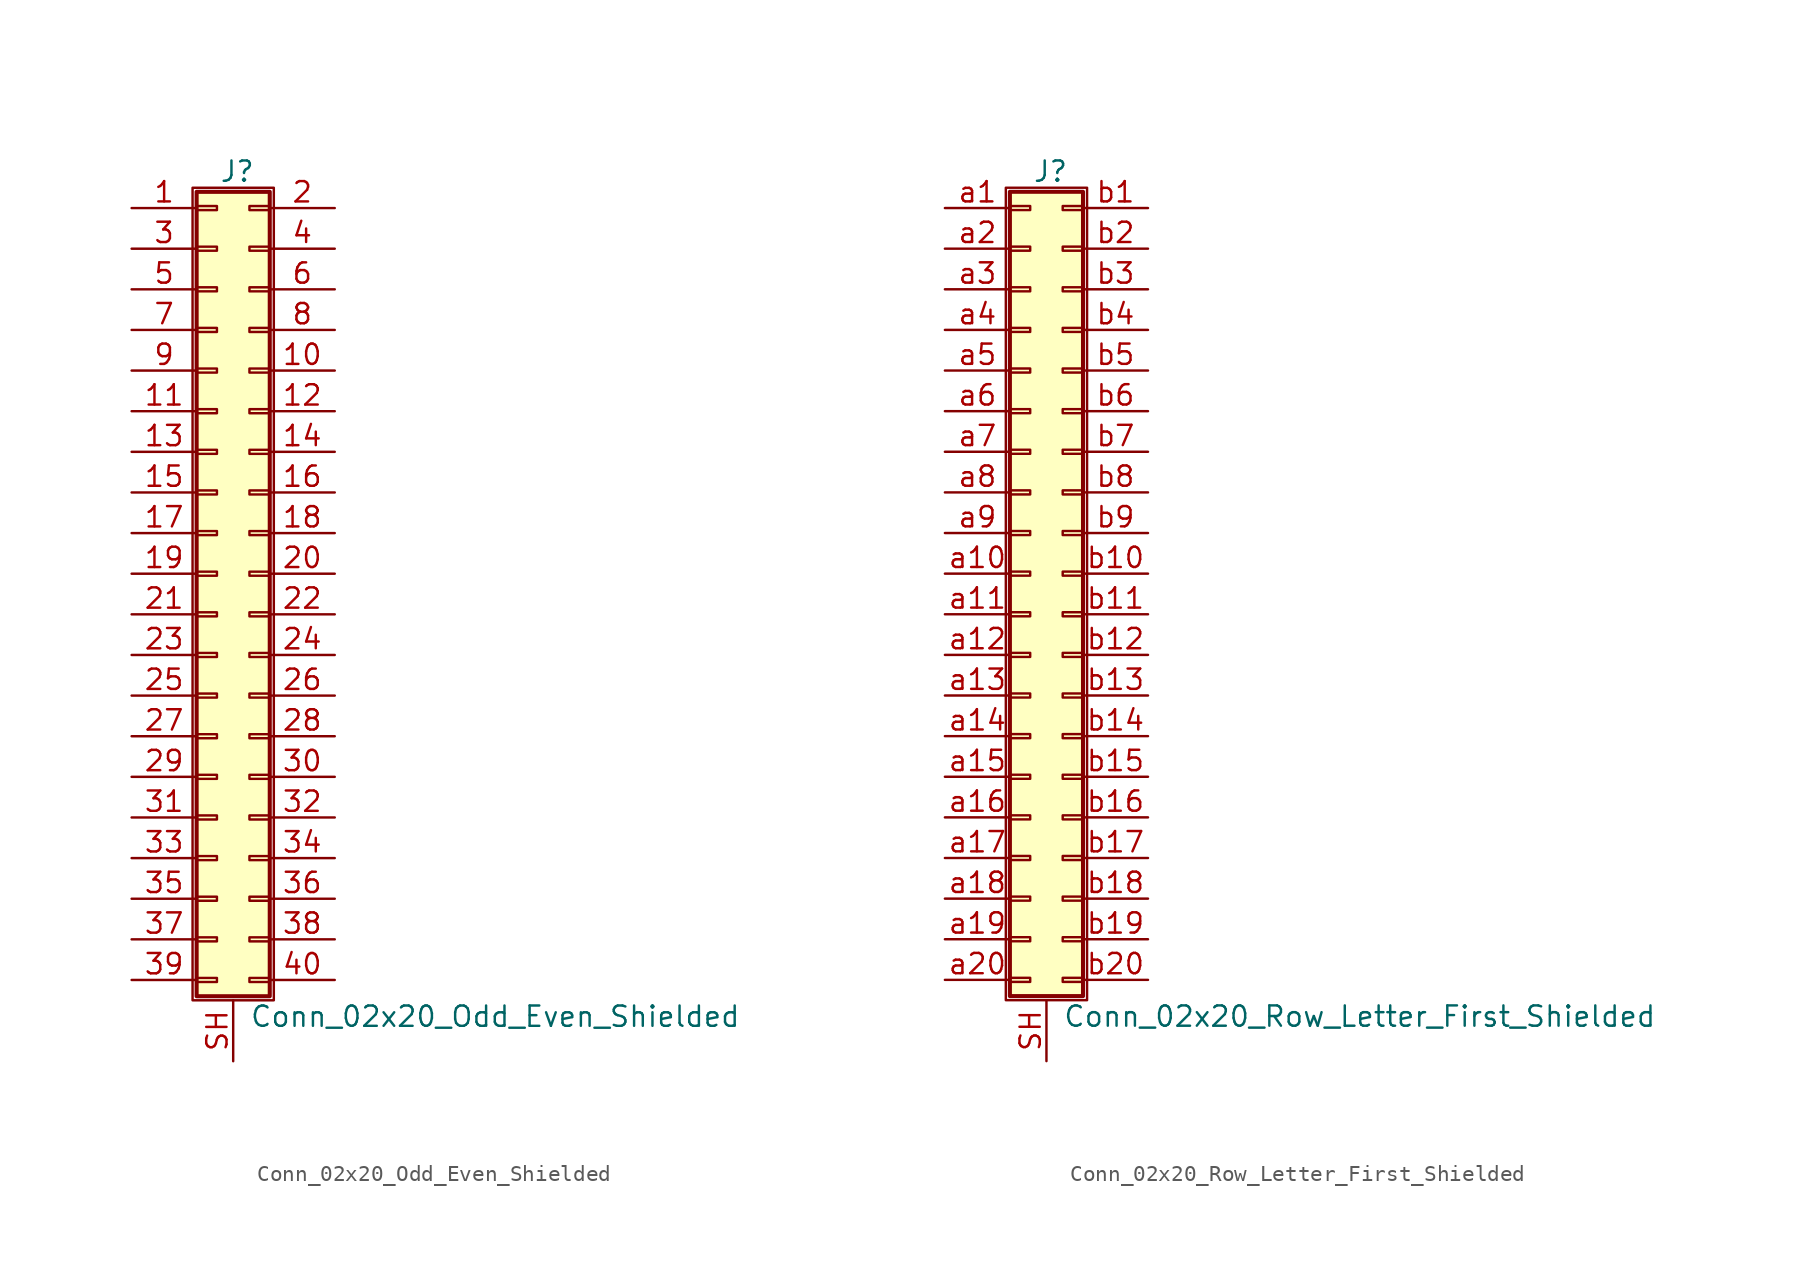
<source format=kicad_sym>
(kicad_symbol_lib
  (version 20220914)
  (generator kicad_symbol_editor)
  (symbol "Conn_02x20_Odd_Even_Shielded"
    (pin_names
      (offset 1.016) hide)
    (property "Reference" "J"
      (at 1.524 25.146 0)
      (effects (font (size 1.27 1.27))))
    (property "Value" "Conn_02x20_Odd_Even_Shielded"
      (at 2.286 -27.686 0)
      (effects (font (size 1.27 1.27)) (justify left)))
    (symbol "Conn_02x20_Odd_Even_Shielded_1_1"
      (rectangle (start -1.27 24.13) (end 3.81 -26.67) (stroke (width 0.152) (type default)) (fill (type none)))
      (rectangle (start -1.016 -25.273) (end 0.254 -25.527) (stroke (width 0.152) (type default)) (fill (type none)))
      (rectangle (start -1.016 -22.733) (end 0.254 -22.987) (stroke (width 0.152) (type default)) (fill (type none)))
      (rectangle (start -1.016 -20.193) (end 0.254 -20.447) (stroke (width 0.152) (type default)) (fill (type none)))
      (rectangle (start -1.016 -17.653) (end 0.254 -17.907) (stroke (width 0.152) (type default)) (fill (type none)))
      (rectangle (start -1.016 -15.113) (end 0.254 -15.367) (stroke (width 0.152) (type default)) (fill (type none)))
      (rectangle (start -1.016 -12.573) (end 0.254 -12.827) (stroke (width 0.152) (type default)) (fill (type none)))
      (rectangle (start -1.016 -10.033) (end 0.254 -10.287) (stroke (width 0.152) (type default)) (fill (type none)))
      (rectangle (start -1.016 -7.493) (end 0.254 -7.747) (stroke (width 0.152) (type default)) (fill (type none)))
      (rectangle (start -1.016 -4.953) (end 0.254 -5.207) (stroke (width 0.152) (type default)) (fill (type none)))
      (rectangle (start -1.016 -2.413) (end 0.254 -2.667) (stroke (width 0.152) (type default)) (fill (type none)))
      (rectangle (start -1.016 0.127) (end 0.254 -0.127) (stroke (width 0.152) (type default)) (fill (type none)))
      (rectangle (start -1.016 2.667) (end 0.254 2.413) (stroke (width 0.152) (type default)) (fill (type none)))
      (rectangle (start -1.016 5.207) (end 0.254 4.953) (stroke (width 0.152) (type default)) (fill (type none)))
      (rectangle (start -1.016 7.747) (end 0.254 7.493) (stroke (width 0.152) (type default)) (fill (type none)))
      (rectangle (start -1.016 10.287) (end 0.254 10.033) (stroke (width 0.152) (type default)) (fill (type none)))
      (rectangle (start -1.016 12.827) (end 0.254 12.573) (stroke (width 0.152) (type default)) (fill (type none)))
      (rectangle (start -1.016 15.367) (end 0.254 15.113) (stroke (width 0.152) (type default)) (fill (type none)))
      (rectangle (start -1.016 17.907) (end 0.254 17.653) (stroke (width 0.152) (type default)) (fill (type none)))
      (rectangle (start -1.016 20.447) (end 0.254 20.193) (stroke (width 0.152) (type default)) (fill (type none)))
      (rectangle (start -1.016 22.987) (end 0.254 22.733) (stroke (width 0.152) (type default)) (fill (type none)))
      (rectangle (start -1.016 23.876) (end 3.556 -26.416) (stroke (width 0.254) (type default)) (fill (type background)))
      (rectangle (start 3.556 -25.273) (end 2.286 -25.527) (stroke (width 0.152) (type default)) (fill (type none)))
      (rectangle (start 3.556 -22.733) (end 2.286 -22.987) (stroke (width 0.152) (type default)) (fill (type none)))
      (rectangle (start 3.556 -20.193) (end 2.286 -20.447) (stroke (width 0.152) (type default)) (fill (type none)))
      (rectangle (start 3.556 -17.653) (end 2.286 -17.907) (stroke (width 0.152) (type default)) (fill (type none)))
      (rectangle (start 3.556 -15.113) (end 2.286 -15.367) (stroke (width 0.152) (type default)) (fill (type none)))
      (rectangle (start 3.556 -12.573) (end 2.286 -12.827) (stroke (width 0.152) (type default)) (fill (type none)))
      (rectangle (start 3.556 -10.033) (end 2.286 -10.287) (stroke (width 0.152) (type default)) (fill (type none)))
      (rectangle (start 3.556 -7.493) (end 2.286 -7.747) (stroke (width 0.152) (type default)) (fill (type none)))
      (rectangle (start 3.556 -4.953) (end 2.286 -5.207) (stroke (width 0.152) (type default)) (fill (type none)))
      (rectangle (start 3.556 -2.413) (end 2.286 -2.667) (stroke (width 0.152) (type default)) (fill (type none)))
      (rectangle (start 3.556 0.127) (end 2.286 -0.127) (stroke (width 0.152) (type default)) (fill (type none)))
      (rectangle (start 3.556 2.667) (end 2.286 2.413) (stroke (width 0.152) (type default)) (fill (type none)))
      (rectangle (start 3.556 5.207) (end 2.286 4.953) (stroke (width 0.152) (type default)) (fill (type none)))
      (rectangle (start 3.556 7.747) (end 2.286 7.493) (stroke (width 0.152) (type default)) (fill (type none)))
      (rectangle (start 3.556 10.287) (end 2.286 10.033) (stroke (width 0.152) (type default)) (fill (type none)))
      (rectangle (start 3.556 12.827) (end 2.286 12.573) (stroke (width 0.152) (type default)) (fill (type none)))
      (rectangle (start 3.556 15.367) (end 2.286 15.113) (stroke (width 0.152) (type default)) (fill (type none)))
      (rectangle (start 3.556 17.907) (end 2.286 17.653) (stroke (width 0.152) (type default)) (fill (type none)))
      (rectangle (start 3.556 20.447) (end 2.286 20.193) (stroke (width 0.152) (type default)) (fill (type none)))
      (rectangle (start 3.556 22.987) (end 2.286 22.733) (stroke (width 0.152) (type default)) (fill (type none)))
      (pin passive line (at -5.08 22.86 0) (length 4.064) (name "Pin_1" (effects (font (size 1.27 1.27)))) (number "1" (effects (font (size 1.27 1.27)))))
      (pin passive line (at 7.62 12.7 180) (length 4.064) (name "Pin_10" (effects (font (size 1.27 1.27)))) (number "10" (effects (font (size 1.27 1.27)))))
      (pin passive line (at -5.08 10.16 0) (length 4.064) (name "Pin_11" (effects (font (size 1.27 1.27)))) (number "11" (effects (font (size 1.27 1.27)))))
      (pin passive line (at 7.62 10.16 180) (length 4.064) (name "Pin_12" (effects (font (size 1.27 1.27)))) (number "12" (effects (font (size 1.27 1.27)))))
      (pin passive line (at -5.08 7.62 0) (length 4.064) (name "Pin_13" (effects (font (size 1.27 1.27)))) (number "13" (effects (font (size 1.27 1.27)))))
      (pin passive line (at 7.62 7.62 180) (length 4.064) (name "Pin_14" (effects (font (size 1.27 1.27)))) (number "14" (effects (font (size 1.27 1.27)))))
      (pin passive line (at -5.08 5.08 0) (length 4.064) (name "Pin_15" (effects (font (size 1.27 1.27)))) (number "15" (effects (font (size 1.27 1.27)))))
      (pin passive line (at 7.62 5.08 180) (length 4.064) (name "Pin_16" (effects (font (size 1.27 1.27)))) (number "16" (effects (font (size 1.27 1.27)))))
      (pin passive line (at -5.08 2.54 0) (length 4.064) (name "Pin_17" (effects (font (size 1.27 1.27)))) (number "17" (effects (font (size 1.27 1.27)))))
      (pin passive line (at 7.62 2.54 180) (length 4.064) (name "Pin_18" (effects (font (size 1.27 1.27)))) (number "18" (effects (font (size 1.27 1.27)))))
      (pin passive line (at -5.08 0 0) (length 4.064) (name "Pin_19" (effects (font (size 1.27 1.27)))) (number "19" (effects (font (size 1.27 1.27)))))
      (pin passive line (at 7.62 22.86 180) (length 4.064) (name "Pin_2" (effects (font (size 1.27 1.27)))) (number "2" (effects (font (size 1.27 1.27)))))
      (pin passive line (at 7.62 0 180) (length 4.064) (name "Pin_20" (effects (font (size 1.27 1.27)))) (number "20" (effects (font (size 1.27 1.27)))))
      (pin passive line (at -5.08 -2.54 0) (length 4.064) (name "Pin_21" (effects (font (size 1.27 1.27)))) (number "21" (effects (font (size 1.27 1.27)))))
      (pin passive line (at 7.62 -2.54 180) (length 4.064) (name "Pin_22" (effects (font (size 1.27 1.27)))) (number "22" (effects (font (size 1.27 1.27)))))
      (pin passive line (at -5.08 -5.08 0) (length 4.064) (name "Pin_23" (effects (font (size 1.27 1.27)))) (number "23" (effects (font (size 1.27 1.27)))))
      (pin passive line (at 7.62 -5.08 180) (length 4.064) (name "Pin_24" (effects (font (size 1.27 1.27)))) (number "24" (effects (font (size 1.27 1.27)))))
      (pin passive line (at -5.08 -7.62 0) (length 4.064) (name "Pin_25" (effects (font (size 1.27 1.27)))) (number "25" (effects (font (size 1.27 1.27)))))
      (pin passive line (at 7.62 -7.62 180) (length 4.064) (name "Pin_26" (effects (font (size 1.27 1.27)))) (number "26" (effects (font (size 1.27 1.27)))))
      (pin passive line (at -5.08 -10.16 0) (length 4.064) (name "Pin_27" (effects (font (size 1.27 1.27)))) (number "27" (effects (font (size 1.27 1.27)))))
      (pin passive line (at 7.62 -10.16 180) (length 4.064) (name "Pin_28" (effects (font (size 1.27 1.27)))) (number "28" (effects (font (size 1.27 1.27)))))
      (pin passive line (at -5.08 -12.7 0) (length 4.064) (name "Pin_29" (effects (font (size 1.27 1.27)))) (number "29" (effects (font (size 1.27 1.27)))))
      (pin passive line (at -5.08 20.32 0) (length 4.064) (name "Pin_3" (effects (font (size 1.27 1.27)))) (number "3" (effects (font (size 1.27 1.27)))))
      (pin passive line (at 7.62 -12.7 180) (length 4.064) (name "Pin_30" (effects (font (size 1.27 1.27)))) (number "30" (effects (font (size 1.27 1.27)))))
      (pin passive line (at -5.08 -15.24 0) (length 4.064) (name "Pin_31" (effects (font (size 1.27 1.27)))) (number "31" (effects (font (size 1.27 1.27)))))
      (pin passive line (at 7.62 -15.24 180) (length 4.064) (name "Pin_32" (effects (font (size 1.27 1.27)))) (number "32" (effects (font (size 1.27 1.27)))))
      (pin passive line (at -5.08 -17.78 0) (length 4.064) (name "Pin_33" (effects (font (size 1.27 1.27)))) (number "33" (effects (font (size 1.27 1.27)))))
      (pin passive line (at 7.62 -17.78 180) (length 4.064) (name "Pin_34" (effects (font (size 1.27 1.27)))) (number "34" (effects (font (size 1.27 1.27)))))
      (pin passive line (at -5.08 -20.32 0) (length 4.064) (name "Pin_35" (effects (font (size 1.27 1.27)))) (number "35" (effects (font (size 1.27 1.27)))))
      (pin passive line (at 7.62 -20.32 180) (length 4.064) (name "Pin_36" (effects (font (size 1.27 1.27)))) (number "36" (effects (font (size 1.27 1.27)))))
      (pin passive line (at -5.08 -22.86 0) (length 4.064) (name "Pin_37" (effects (font (size 1.27 1.27)))) (number "37" (effects (font (size 1.27 1.27)))))
      (pin passive line (at 7.62 -22.86 180) (length 4.064) (name "Pin_38" (effects (font (size 1.27 1.27)))) (number "38" (effects (font (size 1.27 1.27)))))
      (pin passive line (at -5.08 -25.4 0) (length 4.064) (name "Pin_39" (effects (font (size 1.27 1.27)))) (number "39" (effects (font (size 1.27 1.27)))))
      (pin passive line (at 7.62 20.32 180) (length 4.064) (name "Pin_4" (effects (font (size 1.27 1.27)))) (number "4" (effects (font (size 1.27 1.27)))))
      (pin passive line (at 7.62 -25.4 180) (length 4.064) (name "Pin_40" (effects (font (size 1.27 1.27)))) (number "40" (effects (font (size 1.27 1.27)))))
      (pin passive line (at -5.08 17.78 0) (length 4.064) (name "Pin_5" (effects (font (size 1.27 1.27)))) (number "5" (effects (font (size 1.27 1.27)))))
      (pin passive line (at 7.62 17.78 180) (length 4.064) (name "Pin_6" (effects (font (size 1.27 1.27)))) (number "6" (effects (font (size 1.27 1.27)))))
      (pin passive line (at -5.08 15.24 0) (length 4.064) (name "Pin_7" (effects (font (size 1.27 1.27)))) (number "7" (effects (font (size 1.27 1.27)))))
      (pin passive line (at 7.62 15.24 180) (length 4.064) (name "Pin_8" (effects (font (size 1.27 1.27)))) (number "8" (effects (font (size 1.27 1.27)))))
      (pin passive line (at -5.08 12.7 0) (length 4.064) (name "Pin_9" (effects (font (size 1.27 1.27)))) (number "9" (effects (font (size 1.27 1.27)))))
      (pin passive line (at 1.27 -30.48 90) (length 3.81) (name "Shield" (effects (font (size 1.27 1.27)))) (number "SH" (effects (font (size 1.27 1.27)))))))
  (symbol "Conn_02x20_Row_Letter_First_Shielded"
    (pin_names
      (offset 1.016) hide)
    (property "Reference" "J"
      (at 1.524 25.146 0)
      (effects (font (size 1.27 1.27))))
    (property "Value" "Conn_02x20_Row_Letter_First_Shielded"
      (at 2.286 -27.686 0)
      (effects (font (size 1.27 1.27)) (justify left)))
    (symbol "Conn_02x20_Row_Letter_First_Shielded_1_1"
      (rectangle (start -1.27 24.13) (end 3.81 -26.67) (stroke (width 0.152) (type default)) (fill (type none)))
      (rectangle (start -1.016 -25.273) (end 0.254 -25.527) (stroke (width 0.152) (type default)) (fill (type none)))
      (rectangle (start -1.016 -22.733) (end 0.254 -22.987) (stroke (width 0.152) (type default)) (fill (type none)))
      (rectangle (start -1.016 -20.193) (end 0.254 -20.447) (stroke (width 0.152) (type default)) (fill (type none)))
      (rectangle (start -1.016 -17.653) (end 0.254 -17.907) (stroke (width 0.152) (type default)) (fill (type none)))
      (rectangle (start -1.016 -15.113) (end 0.254 -15.367) (stroke (width 0.152) (type default)) (fill (type none)))
      (rectangle (start -1.016 -12.573) (end 0.254 -12.827) (stroke (width 0.152) (type default)) (fill (type none)))
      (rectangle (start -1.016 -10.033) (end 0.254 -10.287) (stroke (width 0.152) (type default)) (fill (type none)))
      (rectangle (start -1.016 -7.493) (end 0.254 -7.747) (stroke (width 0.152) (type default)) (fill (type none)))
      (rectangle (start -1.016 -4.953) (end 0.254 -5.207) (stroke (width 0.152) (type default)) (fill (type none)))
      (rectangle (start -1.016 -2.413) (end 0.254 -2.667) (stroke (width 0.152) (type default)) (fill (type none)))
      (rectangle (start -1.016 0.127) (end 0.254 -0.127) (stroke (width 0.152) (type default)) (fill (type none)))
      (rectangle (start -1.016 2.667) (end 0.254 2.413) (stroke (width 0.152) (type default)) (fill (type none)))
      (rectangle (start -1.016 5.207) (end 0.254 4.953) (stroke (width 0.152) (type default)) (fill (type none)))
      (rectangle (start -1.016 7.747) (end 0.254 7.493) (stroke (width 0.152) (type default)) (fill (type none)))
      (rectangle (start -1.016 10.287) (end 0.254 10.033) (stroke (width 0.152) (type default)) (fill (type none)))
      (rectangle (start -1.016 12.827) (end 0.254 12.573) (stroke (width 0.152) (type default)) (fill (type none)))
      (rectangle (start -1.016 15.367) (end 0.254 15.113) (stroke (width 0.152) (type default)) (fill (type none)))
      (rectangle (start -1.016 17.907) (end 0.254 17.653) (stroke (width 0.152) (type default)) (fill (type none)))
      (rectangle (start -1.016 20.447) (end 0.254 20.193) (stroke (width 0.152) (type default)) (fill (type none)))
      (rectangle (start -1.016 22.987) (end 0.254 22.733) (stroke (width 0.152) (type default)) (fill (type none)))
      (rectangle (start -1.016 23.876) (end 3.556 -26.416) (stroke (width 0.254) (type default)) (fill (type background)))
      (rectangle (start 3.556 -25.273) (end 2.286 -25.527) (stroke (width 0.152) (type default)) (fill (type none)))
      (rectangle (start 3.556 -22.733) (end 2.286 -22.987) (stroke (width 0.152) (type default)) (fill (type none)))
      (rectangle (start 3.556 -20.193) (end 2.286 -20.447) (stroke (width 0.152) (type default)) (fill (type none)))
      (rectangle (start 3.556 -17.653) (end 2.286 -17.907) (stroke (width 0.152) (type default)) (fill (type none)))
      (rectangle (start 3.556 -15.113) (end 2.286 -15.367) (stroke (width 0.152) (type default)) (fill (type none)))
      (rectangle (start 3.556 -12.573) (end 2.286 -12.827) (stroke (width 0.152) (type default)) (fill (type none)))
      (rectangle (start 3.556 -10.033) (end 2.286 -10.287) (stroke (width 0.152) (type default)) (fill (type none)))
      (rectangle (start 3.556 -7.493) (end 2.286 -7.747) (stroke (width 0.152) (type default)) (fill (type none)))
      (rectangle (start 3.556 -4.953) (end 2.286 -5.207) (stroke (width 0.152) (type default)) (fill (type none)))
      (rectangle (start 3.556 -2.413) (end 2.286 -2.667) (stroke (width 0.152) (type default)) (fill (type none)))
      (rectangle (start 3.556 0.127) (end 2.286 -0.127) (stroke (width 0.152) (type default)) (fill (type none)))
      (rectangle (start 3.556 2.667) (end 2.286 2.413) (stroke (width 0.152) (type default)) (fill (type none)))
      (rectangle (start 3.556 5.207) (end 2.286 4.953) (stroke (width 0.152) (type default)) (fill (type none)))
      (rectangle (start 3.556 7.747) (end 2.286 7.493) (stroke (width 0.152) (type default)) (fill (type none)))
      (rectangle (start 3.556 10.287) (end 2.286 10.033) (stroke (width 0.152) (type default)) (fill (type none)))
      (rectangle (start 3.556 12.827) (end 2.286 12.573) (stroke (width 0.152) (type default)) (fill (type none)))
      (rectangle (start 3.556 15.367) (end 2.286 15.113) (stroke (width 0.152) (type default)) (fill (type none)))
      (rectangle (start 3.556 17.907) (end 2.286 17.653) (stroke (width 0.152) (type default)) (fill (type none)))
      (rectangle (start 3.556 20.447) (end 2.286 20.193) (stroke (width 0.152) (type default)) (fill (type none)))
      (rectangle (start 3.556 22.987) (end 2.286 22.733) (stroke (width 0.152) (type default)) (fill (type none)))
      (pin passive line (at 1.27 -30.48 90) (length 3.81) (name "Shield" (effects (font (size 1.27 1.27)))) (number "SH" (effects (font (size 1.27 1.27)))))
      (pin passive line (at -5.08 22.86 0) (length 4.064) (name "Pin_a1" (effects (font (size 1.27 1.27)))) (number "a1" (effects (font (size 1.27 1.27)))))
      (pin passive line (at -5.08 0 0) (length 4.064) (name "Pin_a10" (effects (font (size 1.27 1.27)))) (number "a10" (effects (font (size 1.27 1.27)))))
      (pin passive line (at -5.08 -2.54 0) (length 4.064) (name "Pin_a11" (effects (font (size 1.27 1.27)))) (number "a11" (effects (font (size 1.27 1.27)))))
      (pin passive line (at -5.08 -5.08 0) (length 4.064) (name "Pin_a12" (effects (font (size 1.27 1.27)))) (number "a12" (effects (font (size 1.27 1.27)))))
      (pin passive line (at -5.08 -7.62 0) (length 4.064) (name "Pin_a13" (effects (font (size 1.27 1.27)))) (number "a13" (effects (font (size 1.27 1.27)))))
      (pin passive line (at -5.08 -10.16 0) (length 4.064) (name "Pin_a14" (effects (font (size 1.27 1.27)))) (number "a14" (effects (font (size 1.27 1.27)))))
      (pin passive line (at -5.08 -12.7 0) (length 4.064) (name "Pin_a15" (effects (font (size 1.27 1.27)))) (number "a15" (effects (font (size 1.27 1.27)))))
      (pin passive line (at -5.08 -15.24 0) (length 4.064) (name "Pin_a16" (effects (font (size 1.27 1.27)))) (number "a16" (effects (font (size 1.27 1.27)))))
      (pin passive line (at -5.08 -17.78 0) (length 4.064) (name "Pin_a17" (effects (font (size 1.27 1.27)))) (number "a17" (effects (font (size 1.27 1.27)))))
      (pin passive line (at -5.08 -20.32 0) (length 4.064) (name "Pin_a18" (effects (font (size 1.27 1.27)))) (number "a18" (effects (font (size 1.27 1.27)))))
      (pin passive line (at -5.08 -22.86 0) (length 4.064) (name "Pin_a19" (effects (font (size 1.27 1.27)))) (number "a19" (effects (font (size 1.27 1.27)))))
      (pin passive line (at -5.08 20.32 0) (length 4.064) (name "Pin_a2" (effects (font (size 1.27 1.27)))) (number "a2" (effects (font (size 1.27 1.27)))))
      (pin passive line (at -5.08 -25.4 0) (length 4.064) (name "Pin_a20" (effects (font (size 1.27 1.27)))) (number "a20" (effects (font (size 1.27 1.27)))))
      (pin passive line (at -5.08 17.78 0) (length 4.064) (name "Pin_a3" (effects (font (size 1.27 1.27)))) (number "a3" (effects (font (size 1.27 1.27)))))
      (pin passive line (at -5.08 15.24 0) (length 4.064) (name "Pin_a4" (effects (font (size 1.27 1.27)))) (number "a4" (effects (font (size 1.27 1.27)))))
      (pin passive line (at -5.08 12.7 0) (length 4.064) (name "Pin_a5" (effects (font (size 1.27 1.27)))) (number "a5" (effects (font (size 1.27 1.27)))))
      (pin passive line (at -5.08 10.16 0) (length 4.064) (name "Pin_a6" (effects (font (size 1.27 1.27)))) (number "a6" (effects (font (size 1.27 1.27)))))
      (pin passive line (at -5.08 7.62 0) (length 4.064) (name "Pin_a7" (effects (font (size 1.27 1.27)))) (number "a7" (effects (font (size 1.27 1.27)))))
      (pin passive line (at -5.08 5.08 0) (length 4.064) (name "Pin_a8" (effects (font (size 1.27 1.27)))) (number "a8" (effects (font (size 1.27 1.27)))))
      (pin passive line (at -5.08 2.54 0) (length 4.064) (name "Pin_a9" (effects (font (size 1.27 1.27)))) (number "a9" (effects (font (size 1.27 1.27)))))
      (pin passive line (at 7.62 22.86 180) (length 4.064) (name "Pin_b1" (effects (font (size 1.27 1.27)))) (number "b1" (effects (font (size 1.27 1.27)))))
      (pin passive line (at 7.62 0 180) (length 4.064) (name "Pin_b10" (effects (font (size 1.27 1.27)))) (number "b10" (effects (font (size 1.27 1.27)))))
      (pin passive line (at 7.62 -2.54 180) (length 4.064) (name "Pin_b11" (effects (font (size 1.27 1.27)))) (number "b11" (effects (font (size 1.27 1.27)))))
      (pin passive line (at 7.62 -5.08 180) (length 4.064) (name "Pin_b12" (effects (font (size 1.27 1.27)))) (number "b12" (effects (font (size 1.27 1.27)))))
      (pin passive line (at 7.62 -7.62 180) (length 4.064) (name "Pin_b13" (effects (font (size 1.27 1.27)))) (number "b13" (effects (font (size 1.27 1.27)))))
      (pin passive line (at 7.62 -10.16 180) (length 4.064) (name "Pin_b14" (effects (font (size 1.27 1.27)))) (number "b14" (effects (font (size 1.27 1.27)))))
      (pin passive line (at 7.62 -12.7 180) (length 4.064) (name "Pin_b15" (effects (font (size 1.27 1.27)))) (number "b15" (effects (font (size 1.27 1.27)))))
      (pin passive line (at 7.62 -15.24 180) (length 4.064) (name "Pin_b16" (effects (font (size 1.27 1.27)))) (number "b16" (effects (font (size 1.27 1.27)))))
      (pin passive line (at 7.62 -17.78 180) (length 4.064) (name "Pin_b17" (effects (font (size 1.27 1.27)))) (number "b17" (effects (font (size 1.27 1.27)))))
      (pin passive line (at 7.62 -20.32 180) (length 4.064) (name "Pin_b18" (effects (font (size 1.27 1.27)))) (number "b18" (effects (font (size 1.27 1.27)))))
      (pin passive line (at 7.62 -22.86 180) (length 4.064) (name "Pin_b19" (effects (font (size 1.27 1.27)))) (number "b19" (effects (font (size 1.27 1.27)))))
      (pin passive line (at 7.62 20.32 180) (length 4.064) (name "Pin_b2" (effects (font (size 1.27 1.27)))) (number "b2" (effects (font (size 1.27 1.27)))))
      (pin passive line (at 7.62 -25.4 180) (length 4.064) (name "Pin_b20" (effects (font (size 1.27 1.27)))) (number "b20" (effects (font (size 1.27 1.27)))))
      (pin passive line (at 7.62 17.78 180) (length 4.064) (name "Pin_b3" (effects (font (size 1.27 1.27)))) (number "b3" (effects (font (size 1.27 1.27)))))
      (pin passive line (at 7.62 15.24 180) (length 4.064) (name "Pin_b4" (effects (font (size 1.27 1.27)))) (number "b4" (effects (font (size 1.27 1.27)))))
      (pin passive line (at 7.62 12.7 180) (length 4.064) (name "Pin_b5" (effects (font (size 1.27 1.27)))) (number "b5" (effects (font (size 1.27 1.27)))))
      (pin passive line (at 7.62 10.16 180) (length 4.064) (name "Pin_b6" (effects (font (size 1.27 1.27)))) (number "b6" (effects (font (size 1.27 1.27)))))
      (pin passive line (at 7.62 7.62 180) (length 4.064) (name "Pin_b7" (effects (font (size 1.27 1.27)))) (number "b7" (effects (font (size 1.27 1.27)))))
      (pin passive line (at 7.62 5.08 180) (length 4.064) (name "Pin_b8" (effects (font (size 1.27 1.27)))) (number "b8" (effects (font (size 1.27 1.27)))))
      (pin passive line (at 7.62 2.54 180) (length 4.064) (name "Pin_b9" (effects (font (size 1.27 1.27)))) (number "b9" (effects (font (size 1.27 1.27))))))))
</source>
